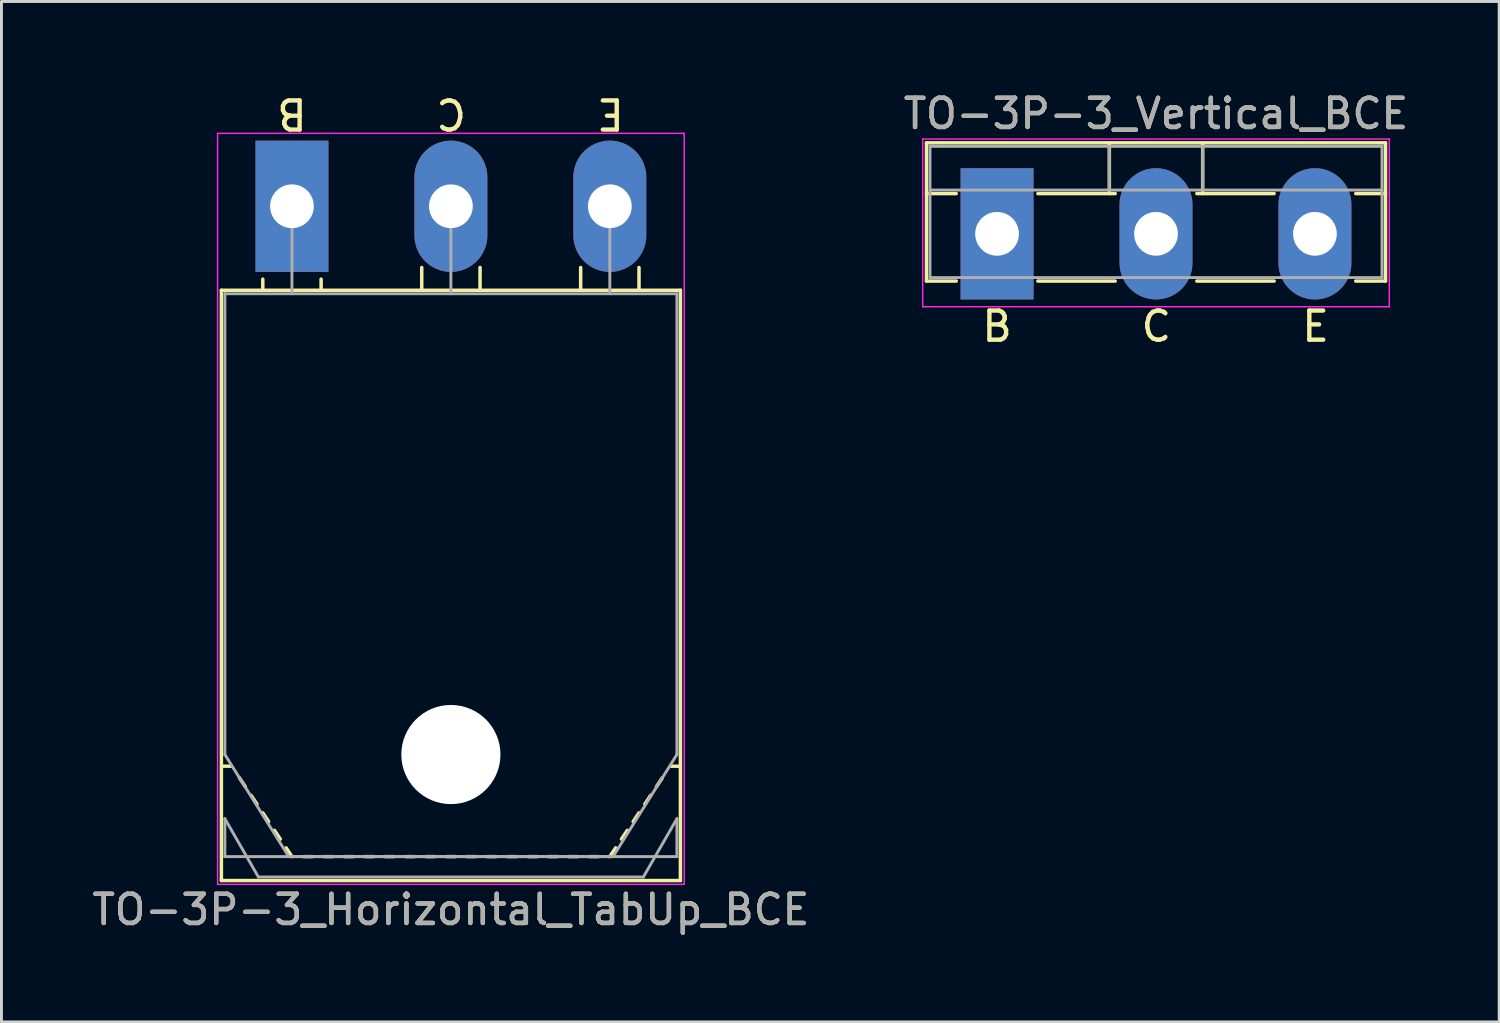
<source format=kicad_pcb>
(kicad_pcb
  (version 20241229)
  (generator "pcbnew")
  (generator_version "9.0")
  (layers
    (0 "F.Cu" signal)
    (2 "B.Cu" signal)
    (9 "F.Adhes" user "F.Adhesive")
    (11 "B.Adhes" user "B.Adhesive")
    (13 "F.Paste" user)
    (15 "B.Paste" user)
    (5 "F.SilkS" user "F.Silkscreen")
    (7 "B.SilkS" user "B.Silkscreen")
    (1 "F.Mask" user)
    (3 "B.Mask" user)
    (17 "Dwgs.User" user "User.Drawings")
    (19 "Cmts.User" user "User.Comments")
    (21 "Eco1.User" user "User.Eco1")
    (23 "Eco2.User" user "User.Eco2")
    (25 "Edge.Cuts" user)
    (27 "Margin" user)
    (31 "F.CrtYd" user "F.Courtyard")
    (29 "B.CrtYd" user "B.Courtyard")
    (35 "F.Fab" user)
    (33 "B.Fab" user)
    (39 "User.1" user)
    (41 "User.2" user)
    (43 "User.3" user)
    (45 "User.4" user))
  (footprint "TO-3P-3_Vertical_BCE"
    (layer "F.Cu")
    (at 31.139 4.968)
    (property "Reference" "TO-3P-3_Vertical_BCE" (at 5.45 -4.12 0) (layer "F.SilkS") (effects (font (size 1 1) (thickness 0.15))))
    (attr through_hole)
    (fp_line (start -2.42 -3.12) (end -2.42 1.62) (stroke (width 0.12) (type solid)) (layer "F.SilkS"))
    (fp_line (start -2.42 -3.12) (end 13.32 -3.12) (stroke (width 0.12) (type solid)) (layer "F.SilkS"))
    (fp_line (start -2.42 -1.38) (end -1.4 -1.38) (stroke (width 0.12) (type solid)) (layer "F.SilkS"))
    (fp_line (start -2.42 1.62) (end -1.4 1.62) (stroke (width 0.12) (type solid)) (layer "F.SilkS"))
    (fp_line (start 1.4 -1.38) (end 4.051 -1.38) (stroke (width 0.12) (type solid)) (layer "F.SilkS"))
    (fp_line (start 1.4 1.62) (end 4.051 1.62) (stroke (width 0.12) (type solid)) (layer "F.SilkS"))
    (fp_line (start 3.85 -3.12) (end 3.85 -1.38) (stroke (width 0.12) (type solid)) (layer "F.SilkS"))
    (fp_line (start 6.85 -1.38) (end 9.5 -1.38) (stroke (width 0.12) (type solid)) (layer "F.SilkS"))
    (fp_line (start 6.85 1.62) (end 9.5 1.62) (stroke (width 0.12) (type solid)) (layer "F.SilkS"))
    (fp_line (start 7.051 -3.12) (end 7.051 -1.38) (stroke (width 0.12) (type solid)) (layer "F.SilkS"))
    (fp_line (start 12.3 -1.38) (end 13.32 -1.38) (stroke (width 0.12) (type solid)) (layer "F.SilkS"))
    (fp_line (start 12.3 1.62) (end 13.32 1.62) (stroke (width 0.12) (type solid)) (layer "F.SilkS"))
    (fp_line (start 13.32 -3.12) (end 13.32 1.62) (stroke (width 0.12) (type solid)) (layer "F.SilkS"))
    (fp_line (start -2.55 -3.25) (end -2.55 2.5) (stroke (width 0.05) (type solid)) (layer "F.CrtYd"))
    (fp_line (start -2.55 2.5) (end 13.45 2.5) (stroke (width 0.05) (type solid)) (layer "F.CrtYd"))
    (fp_line (start 13.45 -3.25) (end -2.55 -3.25) (stroke (width 0.05) (type solid)) (layer "F.CrtYd"))
    (fp_line (start 13.45 2.5) (end 13.45 -3.25) (stroke (width 0.05) (type solid)) (layer "F.CrtYd"))
    (fp_line (start -2.3 -3) (end -2.3 1.5) (stroke (width 0.1) (type solid)) (layer "F.Fab"))
    (fp_line (start -2.3 -1.5) (end 13.2 -1.5) (stroke (width 0.1) (type solid)) (layer "F.Fab"))
    (fp_line (start -2.3 1.5) (end 13.2 1.5) (stroke (width 0.1) (type solid)) (layer "F.Fab"))
    (fp_line (start 3.85 -3) (end 3.85 -1.5) (stroke (width 0.1) (type solid)) (layer "F.Fab"))
    (fp_line (start 7.05 -3) (end 7.05 -1.5) (stroke (width 0.1) (type solid)) (layer "F.Fab"))
    (fp_line (start 13.2 -3) (end -2.3 -3) (stroke (width 0.1) (type solid)) (layer "F.Fab"))
    (fp_line (start 13.2 1.5) (end 13.2 -3) (stroke (width 0.1) (type solid)) (layer "F.Fab"))
    (fp_text user "B" (at 0 3.175 0) (layer "F.SilkS") (effects (font (size 1 1) (thickness 0.15))))
    (fp_text user "E" (at 10.922 3.175 0) (layer "F.SilkS") (effects (font (size 1 1) (thickness 0.15))))
    (fp_text user "C" (at 5.461 3.175 0) (layer "F.SilkS") (effects (font (size 1 1) (thickness 0.15))))
    (fp_text user "${REFERENCE}" (at 5.45 -4.12 0) (layer "F.Fab") (effects (font (size 1 1) (thickness 0.15))))
    (pad "1" thru_hole rect (at 0 0) (size 2.5 4.5) (drill 1.5) (layers "*.Cu" "*.Mask"))
    (pad "2" thru_hole oval (at 5.45 0) (size 2.5 4.5) (drill 1.5) (layers "*.Cu" "*.Mask"))
    (pad "3" thru_hole oval (at 10.9 0) (size 2.5 4.5) (drill 1.5) (layers "*.Cu" "*.Mask")))
  (footprint "TO-3P-3_Horizontal_TabUp_BCE"
    (layer "F.Cu")
    (at 6.961 4.023)
    (property "Reference" "TO-3P-3_Horizontal_TabUp_BCE" (at 5.45 24.12 0) (layer "F.SilkS") (effects (font (size 1 1) (thickness 0.15))))
    (fp_line (start -2.42 23.12) (end -2.42 2.88) (stroke (width 0.12) (type solid)) (layer "F.SilkS"))
    (fp_line (start -2.1 19.2) (end -2.4 19.2) (stroke (width 0.12) (type solid)) (layer "F.SilkS"))
    (fp_line (start -1.8 19.6) (end -1.6 19.9) (stroke (width 0.12) (type solid)) (layer "F.SilkS"))
    (fp_line (start -1.4 20.2) (end -1.2 20.5) (stroke (width 0.12) (type solid)) (layer "F.SilkS"))
    (fp_line (start -1 2.85) (end -1 2.5) (stroke (width 0.12) (type solid)) (layer "F.SilkS"))
    (fp_line (start -1 20.8) (end -0.8 21.1) (stroke (width 0.12) (type solid)) (layer "F.SilkS"))
    (fp_line (start -0.6 21.4) (end -0.4 21.7) (stroke (width 0.12) (type solid)) (layer "F.SilkS"))
    (fp_line (start -0.2 22) (end 0 22.3) (stroke (width 0.12) (type solid)) (layer "F.SilkS"))
    (fp_line (start 0.7 22.3) (end 0.4 22.3) (stroke (width 0.12) (type solid)) (layer "F.SilkS"))
    (fp_line (start 1 2.85) (end 1 2.5) (stroke (width 0.12) (type solid)) (layer "F.SilkS"))
    (fp_line (start 1.4 22.3) (end 1.1 22.3) (stroke (width 0.12) (type solid)) (layer "F.SilkS"))
    (fp_line (start 2.1 22.3) (end 1.8 22.3) (stroke (width 0.12) (type solid)) (layer "F.SilkS"))
    (fp_line (start 2.8 22.3) (end 2.5 22.3) (stroke (width 0.12) (type solid)) (layer "F.SilkS"))
    (fp_line (start 3.5 22.3) (end 3.2 22.3) (stroke (width 0.12) (type solid)) (layer "F.SilkS"))
    (fp_line (start 4.2 22.3) (end 3.9 22.3) (stroke (width 0.12) (type solid)) (layer "F.SilkS"))
    (fp_line (start 4.45 2.85) (end 4.45 2.1) (stroke (width 0.12) (type solid)) (layer "F.SilkS"))
    (fp_line (start 4.9 22.3) (end 4.6 22.3) (stroke (width 0.12) (type solid)) (layer "F.SilkS"))
    (fp_line (start 5.6 22.3) (end 5.3 22.3) (stroke (width 0.12) (type solid)) (layer "F.SilkS"))
    (fp_line (start 6.3 22.3) (end 6 22.3) (stroke (width 0.12) (type solid)) (layer "F.SilkS"))
    (fp_line (start 6.45 2.85) (end 6.45 2.1) (stroke (width 0.12) (type solid)) (layer "F.SilkS"))
    (fp_line (start 7 22.3) (end 6.7 22.3) (stroke (width 0.12) (type solid)) (layer "F.SilkS"))
    (fp_line (start 7.7 22.3) (end 7.4 22.3) (stroke (width 0.12) (type solid)) (layer "F.SilkS"))
    (fp_line (start 8.4 22.3) (end 8.1 22.3) (stroke (width 0.12) (type solid)) (layer "F.SilkS"))
    (fp_line (start 9.1 22.3) (end 8.8 22.3) (stroke (width 0.12) (type solid)) (layer "F.SilkS"))
    (fp_line (start 9.8 22.3) (end 9.5 22.3) (stroke (width 0.12) (type solid)) (layer "F.SilkS"))
    (fp_line (start 9.9 2.85) (end 9.9 2.1) (stroke (width 0.12) (type solid)) (layer "F.SilkS"))
    (fp_line (start 10.5 22.3) (end 10.2 22.3) (stroke (width 0.12) (type solid)) (layer "F.SilkS"))
    (fp_line (start 11.1 22) (end 10.9 22.3) (stroke (width 0.12) (type solid)) (layer "F.SilkS"))
    (fp_line (start 11.5 21.4) (end 11.3 21.7) (stroke (width 0.12) (type solid)) (layer "F.SilkS"))
    (fp_line (start 11.9 2.85) (end 11.9 2.1) (stroke (width 0.12) (type solid)) (layer "F.SilkS"))
    (fp_line (start 11.9 20.8) (end 11.7 21.1) (stroke (width 0.12) (type solid)) (layer "F.SilkS"))
    (fp_line (start 12.3 20.2) (end 12.1 20.5) (stroke (width 0.12) (type solid)) (layer "F.SilkS"))
    (fp_line (start 12.7 19.6) (end 12.5 19.9) (stroke (width 0.12) (type solid)) (layer "F.SilkS"))
    (fp_line (start 13 19.2) (end 13.3 19.2) (stroke (width 0.12) (type solid)) (layer "F.SilkS"))
    (fp_line (start 13.32 2.88) (end -2.42 2.88) (stroke (width 0.12) (type solid)) (layer "F.SilkS"))
    (fp_line (start 13.32 23.12) (end -2.42 23.12) (stroke (width 0.12) (type solid)) (layer "F.SilkS"))
    (fp_line (start 13.32 23.12) (end 13.32 2.88) (stroke (width 0.12) (type solid)) (layer "F.SilkS"))
    (fp_line (start -2.55 -2.5) (end -2.55 23.25) (stroke (width 0.05) (type solid)) (layer "F.CrtYd"))
    (fp_line (start -2.55 23.25) (end 13.45 23.25) (stroke (width 0.05) (type solid)) (layer "F.CrtYd"))
    (fp_line (start 13.45 -2.5) (end -2.55 -2.5) (stroke (width 0.05) (type solid)) (layer "F.CrtYd"))
    (fp_line (start 13.45 23.25) (end 13.45 -2.5) (stroke (width 0.05) (type solid)) (layer "F.CrtYd"))
    (fp_line (start -2.3 3) (end -2.3 18.8) (stroke (width 0.1) (type solid)) (layer "F.Fab"))
    (fp_line (start -2.3 18.8) (end -0.11 22.3) (stroke (width 0.1) (type solid)) (layer "F.Fab"))
    (fp_line (start -2.3 21) (end -1.15 23) (stroke (width 0.1) (type solid)) (layer "F.Fab"))
    (fp_line (start -2.3 22.3) (end -2.3 21) (stroke (width 0.1) (type solid)) (layer "F.Fab"))
    (fp_line (start -1.15 23) (end 12.05 23) (stroke (width 0.1) (type solid)) (layer "F.Fab"))
    (fp_line (start -0.11 22.3) (end 11.01 22.3) (stroke (width 0.1) (type solid)) (layer "F.Fab"))
    (fp_line (start 0 3) (end 0 0) (stroke (width 0.1) (type solid)) (layer "F.Fab"))
    (fp_line (start 5.45 3) (end 5.45 0) (stroke (width 0.1) (type solid)) (layer "F.Fab"))
    (fp_line (start 10.9 3) (end 10.9 0) (stroke (width 0.1) (type solid)) (layer "F.Fab"))
    (fp_line (start 11.01 22.3) (end 13.2 18.8) (stroke (width 0.1) (type solid)) (layer "F.Fab"))
    (fp_line (start 12.05 23) (end 13.2 21) (stroke (width 0.1) (type solid)) (layer "F.Fab"))
    (fp_line (start 13.2 3) (end -2.3 3) (stroke (width 0.1) (type solid)) (layer "F.Fab"))
    (fp_line (start 13.2 18.8) (end 13.2 3) (stroke (width 0.1) (type solid)) (layer "F.Fab"))
    (fp_line (start 13.2 21) (end 13.2 22.3) (stroke (width 0.1) (type solid)) (layer "F.Fab"))
    (fp_line (start 13.2 22.3) (end -2.3 22.3) (stroke (width 0.1) (type solid)) (layer "F.Fab"))
    (fp_circle (center 5.45 18.8) (end 7.05 18.8) (stroke (width 0.1) (type solid)) (fill no) (layer "F.Fab"))
    (fp_text user "E" (at 10.922 -3.175 180) (unlocked yes) (layer "F.SilkS") (effects (font (size 1 1) (thickness 0.15))))
    (fp_text user "C" (at 5.461 -3.175 180) (unlocked yes) (layer "F.SilkS") (effects (font (size 1 1) (thickness 0.15))))
    (fp_text user "B" (at 0 -3.175 180) (unlocked yes) (layer "F.SilkS") (effects (font (size 1 1) (thickness 0.15))))
    (fp_text user "${REFERENCE}" (at 5.45 24.12 0) (layer "F.Fab") (effects (font (size 1 1) (thickness 0.15))))
    (pad "" np_thru_hole oval (at 5.45 18.8) (size 3.4 3.4) (drill 3.4) (layers "*.Cu" "*.Mask"))
    (pad "1" thru_hole rect (at 0 0) (size 2.5 4.5) (drill 1.5) (layers "*.Cu" "*.Mask"))
    (pad "2" thru_hole oval (at 5.45 0) (size 2.5 4.5) (drill 1.5) (layers "*.Cu" "*.Mask"))
    (pad "3" thru_hole oval (at 10.9 0) (size 2.5 4.5) (drill 1.5) (layers "*.Cu" "*.Mask")))
  (gr_rect
    (start -3 -3)
    (end 48.357 31.991)
    (stroke (width 0.1) (type default))
    (fill no)
    (layer "Edge.Cuts")))
</source>
